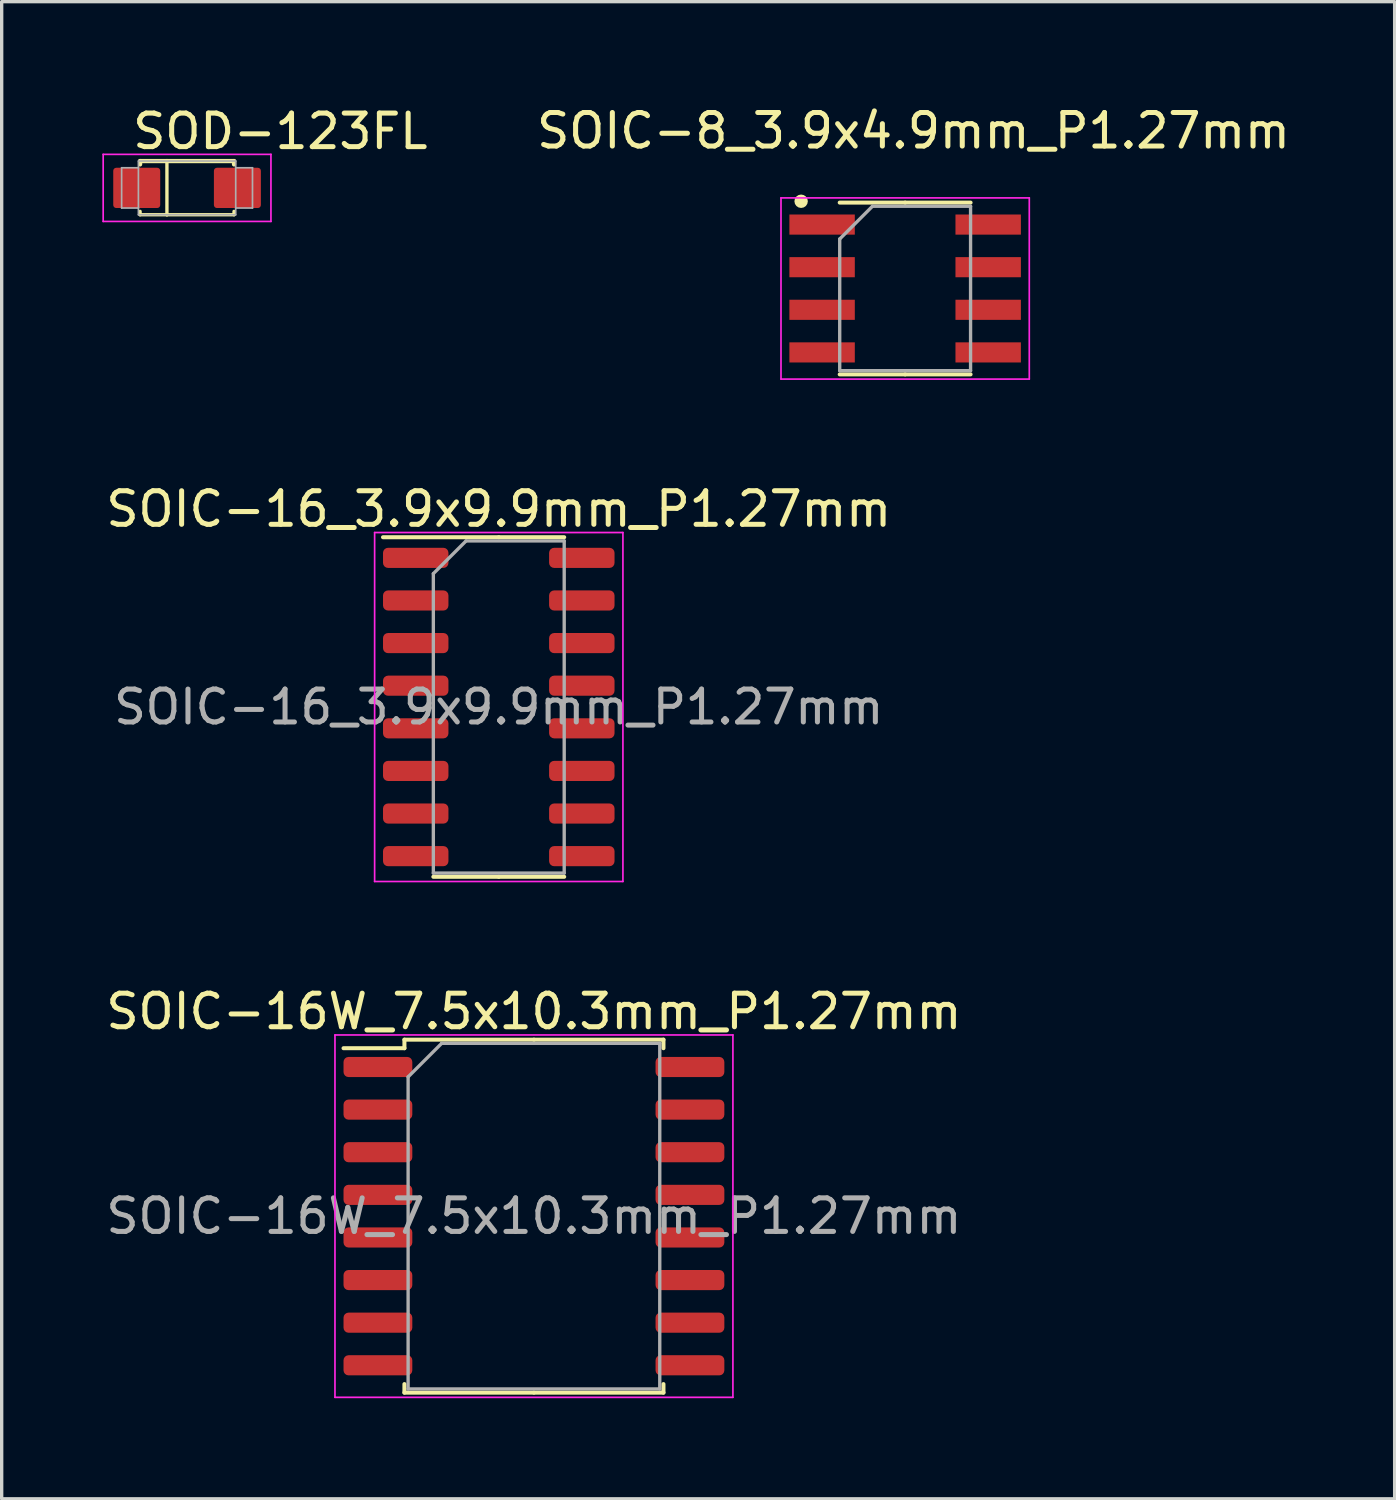
<source format=kicad_pcb>
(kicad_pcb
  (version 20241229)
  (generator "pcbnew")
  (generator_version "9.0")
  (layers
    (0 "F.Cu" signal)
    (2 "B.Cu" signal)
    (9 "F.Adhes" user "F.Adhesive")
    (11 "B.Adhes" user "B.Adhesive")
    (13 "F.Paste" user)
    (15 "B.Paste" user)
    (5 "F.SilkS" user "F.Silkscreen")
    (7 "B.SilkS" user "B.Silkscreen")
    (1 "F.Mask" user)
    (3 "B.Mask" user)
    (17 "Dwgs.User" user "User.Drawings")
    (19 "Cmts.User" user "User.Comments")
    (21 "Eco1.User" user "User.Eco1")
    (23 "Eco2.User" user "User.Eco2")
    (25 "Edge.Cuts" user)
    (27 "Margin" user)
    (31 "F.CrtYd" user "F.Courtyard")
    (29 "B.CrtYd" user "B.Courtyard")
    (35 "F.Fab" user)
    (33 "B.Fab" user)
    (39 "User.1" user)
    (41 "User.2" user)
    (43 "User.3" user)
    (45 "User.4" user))
  (footprint "SOIC-16W_7.5x10.3mm_P1.27mm"
    (layer "F.Cu")
    (at 12.863 33.195)
    (property "Reference" "SOIC-16W_7.5x10.3mm_P1.27mm" (at 0 -6.1 0) (layer "F.SilkS") (effects (font (size 1 1) (thickness 0.15))))
    (attr smd)
    (fp_line (start -3.86 -5.26) (end -3.86 -5.005) (stroke (width 0.12) (type solid)) (layer "F.SilkS"))
    (fp_line (start -3.86 -5.005) (end -5.675 -5.005) (stroke (width 0.12) (type solid)) (layer "F.SilkS"))
    (fp_line (start -3.86 5.26) (end -3.86 5.005) (stroke (width 0.12) (type solid)) (layer "F.SilkS"))
    (fp_line (start 0 -5.26) (end -3.86 -5.26) (stroke (width 0.12) (type solid)) (layer "F.SilkS"))
    (fp_line (start 0 -5.26) (end 3.86 -5.26) (stroke (width 0.12) (type solid)) (layer "F.SilkS"))
    (fp_line (start 0 5.26) (end -3.86 5.26) (stroke (width 0.12) (type solid)) (layer "F.SilkS"))
    (fp_line (start 0 5.26) (end 3.86 5.26) (stroke (width 0.12) (type solid)) (layer "F.SilkS"))
    (fp_line (start 3.86 -5.26) (end 3.86 -5.005) (stroke (width 0.12) (type solid)) (layer "F.SilkS"))
    (fp_line (start 3.86 5.26) (end 3.86 5.005) (stroke (width 0.12) (type solid)) (layer "F.SilkS"))
    (fp_line (start -5.93 -5.4) (end -5.93 5.4) (stroke (width 0.05) (type solid)) (layer "F.CrtYd"))
    (fp_line (start -5.93 5.4) (end 5.93 5.4) (stroke (width 0.05) (type solid)) (layer "F.CrtYd"))
    (fp_line (start 5.93 -5.4) (end -5.93 -5.4) (stroke (width 0.05) (type solid)) (layer "F.CrtYd"))
    (fp_line (start 5.93 5.4) (end 5.93 -5.4) (stroke (width 0.05) (type solid)) (layer "F.CrtYd"))
    (fp_line (start -3.75 -4.15) (end -2.75 -5.15) (stroke (width 0.1) (type solid)) (layer "F.Fab"))
    (fp_line (start -3.75 5.15) (end -3.75 -4.15) (stroke (width 0.1) (type solid)) (layer "F.Fab"))
    (fp_line (start -2.75 -5.15) (end 3.75 -5.15) (stroke (width 0.1) (type solid)) (layer "F.Fab"))
    (fp_line (start 3.75 -5.15) (end 3.75 5.15) (stroke (width 0.1) (type solid)) (layer "F.Fab"))
    (fp_line (start 3.75 5.15) (end -3.75 5.15) (stroke (width 0.1) (type solid)) (layer "F.Fab"))
    (fp_text user "${REFERENCE}" (at 0 0 0) (layer "F.Fab") (effects (font (size 1 1) (thickness 0.15))))
    (pad "1" smd roundrect (at -4.65 -4.445) (size 2.05 0.6) (layers "F.Cu" "F.Mask" "F.Paste") (roundrect_rratio 0.25))
    (pad "2" smd roundrect (at -4.65 -3.175) (size 2.05 0.6) (layers "F.Cu" "F.Mask" "F.Paste") (roundrect_rratio 0.25))
    (pad "3" smd roundrect (at -4.65 -1.905) (size 2.05 0.6) (layers "F.Cu" "F.Mask" "F.Paste") (roundrect_rratio 0.25))
    (pad "4" smd roundrect (at -4.65 -0.635) (size 2.05 0.6) (layers "F.Cu" "F.Mask" "F.Paste") (roundrect_rratio 0.25))
    (pad "5" smd roundrect (at -4.65 0.635) (size 2.05 0.6) (layers "F.Cu" "F.Mask" "F.Paste") (roundrect_rratio 0.25))
    (pad "6" smd roundrect (at -4.65 1.905) (size 2.05 0.6) (layers "F.Cu" "F.Mask" "F.Paste") (roundrect_rratio 0.25))
    (pad "7" smd roundrect (at -4.65 3.175) (size 2.05 0.6) (layers "F.Cu" "F.Mask" "F.Paste") (roundrect_rratio 0.25))
    (pad "8" smd roundrect (at -4.65 4.445) (size 2.05 0.6) (layers "F.Cu" "F.Mask" "F.Paste") (roundrect_rratio 0.25))
    (pad "9" smd roundrect (at 4.65 4.445) (size 2.05 0.6) (layers "F.Cu" "F.Mask" "F.Paste") (roundrect_rratio 0.25))
    (pad "10" smd roundrect (at 4.65 3.175) (size 2.05 0.6) (layers "F.Cu" "F.Mask" "F.Paste") (roundrect_rratio 0.25))
    (pad "11" smd roundrect (at 4.65 1.905) (size 2.05 0.6) (layers "F.Cu" "F.Mask" "F.Paste") (roundrect_rratio 0.25))
    (pad "12" smd roundrect (at 4.65 0.635) (size 2.05 0.6) (layers "F.Cu" "F.Mask" "F.Paste") (roundrect_rratio 0.25))
    (pad "13" smd roundrect (at 4.65 -0.635) (size 2.05 0.6) (layers "F.Cu" "F.Mask" "F.Paste") (roundrect_rratio 0.25))
    (pad "14" smd roundrect (at 4.65 -1.905) (size 2.05 0.6) (layers "F.Cu" "F.Mask" "F.Paste") (roundrect_rratio 0.25))
    (pad "15" smd roundrect (at 4.65 -3.175) (size 2.05 0.6) (layers "F.Cu" "F.Mask" "F.Paste") (roundrect_rratio 0.25))
    (pad "16" smd roundrect (at 4.65 -4.445) (size 2.05 0.6) (layers "F.Cu" "F.Mask" "F.Paste") (roundrect_rratio 0.25)))
  (footprint "SOIC-16_3.9x9.9mm_P1.27mm"
    (layer "F.Cu")
    (at 11.815 18.021)
    (property "Reference" "SOIC-16_3.9x9.9mm_P1.27mm" (at 0 -5.9 0) (layer "F.SilkS") (effects (font (size 1 1) (thickness 0.15))))
    (attr smd)
    (fp_line (start 0 -5.06) (end -3.45 -5.06) (stroke (width 0.12) (type solid)) (layer "F.SilkS"))
    (fp_line (start 0 -5.06) (end 1.95 -5.06) (stroke (width 0.12) (type solid)) (layer "F.SilkS"))
    (fp_line (start 0 5.06) (end -1.95 5.06) (stroke (width 0.12) (type solid)) (layer "F.SilkS"))
    (fp_line (start 0 5.06) (end 1.95 5.06) (stroke (width 0.12) (type solid)) (layer "F.SilkS"))
    (fp_line (start -3.7 -5.2) (end -3.7 5.2) (stroke (width 0.05) (type solid)) (layer "F.CrtYd"))
    (fp_line (start -3.7 5.2) (end 3.7 5.2) (stroke (width 0.05) (type solid)) (layer "F.CrtYd"))
    (fp_line (start 3.7 -5.2) (end -3.7 -5.2) (stroke (width 0.05) (type solid)) (layer "F.CrtYd"))
    (fp_line (start 3.7 5.2) (end 3.7 -5.2) (stroke (width 0.05) (type solid)) (layer "F.CrtYd"))
    (fp_line (start -1.95 -3.975) (end -0.975 -4.95) (stroke (width 0.1) (type solid)) (layer "F.Fab"))
    (fp_line (start -1.95 4.95) (end -1.95 -3.975) (stroke (width 0.1) (type solid)) (layer "F.Fab"))
    (fp_line (start -0.975 -4.95) (end 1.95 -4.95) (stroke (width 0.1) (type solid)) (layer "F.Fab"))
    (fp_line (start 1.95 -4.95) (end 1.95 4.95) (stroke (width 0.1) (type solid)) (layer "F.Fab"))
    (fp_line (start 1.95 4.95) (end -1.95 4.95) (stroke (width 0.1) (type solid)) (layer "F.Fab"))
    (fp_text user "${REFERENCE}" (at 0 0 0) (layer "F.Fab") (effects (font (size 0.98 0.98) (thickness 0.15))))
    (pad "1" smd roundrect (at -2.475 -4.445) (size 1.95 0.6) (layers "F.Cu" "F.Mask" "F.Paste") (roundrect_rratio 0.25))
    (pad "2" smd roundrect (at -2.475 -3.175) (size 1.95 0.6) (layers "F.Cu" "F.Mask" "F.Paste") (roundrect_rratio 0.25))
    (pad "3" smd roundrect (at -2.475 -1.905) (size 1.95 0.6) (layers "F.Cu" "F.Mask" "F.Paste") (roundrect_rratio 0.25))
    (pad "4" smd roundrect (at -2.475 -0.635) (size 1.95 0.6) (layers "F.Cu" "F.Mask" "F.Paste") (roundrect_rratio 0.25))
    (pad "5" smd roundrect (at -2.475 0.635) (size 1.95 0.6) (layers "F.Cu" "F.Mask" "F.Paste") (roundrect_rratio 0.25))
    (pad "6" smd roundrect (at -2.475 1.905) (size 1.95 0.6) (layers "F.Cu" "F.Mask" "F.Paste") (roundrect_rratio 0.25))
    (pad "7" smd roundrect (at -2.475 3.175) (size 1.95 0.6) (layers "F.Cu" "F.Mask" "F.Paste") (roundrect_rratio 0.25))
    (pad "8" smd roundrect (at -2.475 4.445) (size 1.95 0.6) (layers "F.Cu" "F.Mask" "F.Paste") (roundrect_rratio 0.25))
    (pad "9" smd roundrect (at 2.475 4.445) (size 1.95 0.6) (layers "F.Cu" "F.Mask" "F.Paste") (roundrect_rratio 0.25))
    (pad "10" smd roundrect (at 2.475 3.175) (size 1.95 0.6) (layers "F.Cu" "F.Mask" "F.Paste") (roundrect_rratio 0.25))
    (pad "11" smd roundrect (at 2.475 1.905) (size 1.95 0.6) (layers "F.Cu" "F.Mask" "F.Paste") (roundrect_rratio 0.25))
    (pad "12" smd roundrect (at 2.475 0.635) (size 1.95 0.6) (layers "F.Cu" "F.Mask" "F.Paste") (roundrect_rratio 0.25))
    (pad "13" smd roundrect (at 2.475 -0.635) (size 1.95 0.6) (layers "F.Cu" "F.Mask" "F.Paste") (roundrect_rratio 0.25))
    (pad "14" smd roundrect (at 2.475 -1.905) (size 1.95 0.6) (layers "F.Cu" "F.Mask" "F.Paste") (roundrect_rratio 0.25))
    (pad "15" smd roundrect (at 2.475 -3.175) (size 1.95 0.6) (layers "F.Cu" "F.Mask" "F.Paste") (roundrect_rratio 0.25))
    (pad "16" smd roundrect (at 2.475 -4.445) (size 1.95 0.6) (layers "F.Cu" "F.Mask" "F.Paste") (roundrect_rratio 0.25)))
  (footprint "SOD-123FL"
    (layer "F.Cu")
    (at 2.525 2.55)
    (property "Reference" "SOD-123FL" (at -1.7 -1.1 180) (layer "F.SilkS") (effects (font (size 1 1) (thickness 0.15)) (justify left bottom)))
    (attr through_hole)
    (fp_line (start -1.4 -0.8) (end -0.6 -0.8) (stroke (width 0.127) (type solid)) (layer "F.SilkS"))
    (fp_line (start -1.4 -0.7) (end -1.4 -0.8) (stroke (width 0.127) (type solid)) (layer "F.SilkS"))
    (fp_line (start -1.4 0.7) (end -1.4 0.8) (stroke (width 0.1) (type solid)) (layer "F.SilkS"))
    (fp_line (start -1.4 0.8) (end -0.6 0.8) (stroke (width 0.1) (type solid)) (layer "F.SilkS"))
    (fp_line (start -0.6 -0.8) (end -0.6 0.8) (stroke (width 0.1) (type solid)) (layer "F.SilkS"))
    (fp_line (start -0.6 -0.8) (end 1.4 -0.8) (stroke (width 0.127) (type solid)) (layer "F.SilkS"))
    (fp_line (start -0.6 0.8) (end 1.4 0.8) (stroke (width 0.1) (type solid)) (layer "F.SilkS"))
    (fp_line (start 1.4 -0.8) (end 1.4 -0.7) (stroke (width 0.127) (type solid)) (layer "F.SilkS"))
    (fp_line (start 1.4 0.8) (end 1.4 0.7) (stroke (width 0.1) (type solid)) (layer "F.SilkS"))
    (fp_line (start -2.5 -1) (end -2.5 1) (stroke (width 0.05) (type solid)) (layer "F.CrtYd"))
    (fp_line (start -2.5 1) (end 2.5 1) (stroke (width 0.05) (type solid)) (layer "F.CrtYd"))
    (fp_line (start 2.5 -1) (end -2.5 -1) (stroke (width 0.05) (type solid)) (layer "F.CrtYd"))
    (fp_line (start 2.5 1) (end 2.5 -1) (stroke (width 0.05) (type solid)) (layer "F.CrtYd"))
    (fp_line (start -1.95 -0.6) (end -1.95 0.6) (stroke (width 0.05) (type solid)) (layer "F.Fab"))
    (fp_line (start -1.95 -0.6) (end -1.45 -0.6) (stroke (width 0.05) (type solid)) (layer "F.Fab"))
    (fp_line (start -1.95 0.6) (end -1.45 0.6) (stroke (width 0.05) (type solid)) (layer "F.Fab"))
    (fp_line (start -1.45 -0.8) (end 1.45 -0.8) (stroke (width 0.05) (type solid)) (layer "F.Fab"))
    (fp_line (start -1.45 -0.6) (end -1.45 -0.8) (stroke (width 0.05) (type solid)) (layer "F.Fab"))
    (fp_line (start -1.45 0.6) (end -1.45 -0.6) (stroke (width 0.05) (type solid)) (layer "F.Fab"))
    (fp_line (start -1.45 0.8) (end -1.45 0.6) (stroke (width 0.05) (type solid)) (layer "F.Fab"))
    (fp_line (start 1.45 -0.8) (end 1.45 -0.6) (stroke (width 0.05) (type solid)) (layer "F.Fab"))
    (fp_line (start 1.45 -0.6) (end 1.45 0.6) (stroke (width 0.05) (type solid)) (layer "F.Fab"))
    (fp_line (start 1.45 -0.6) (end 1.95 -0.6) (stroke (width 0.05) (type solid)) (layer "F.Fab"))
    (fp_line (start 1.45 0.6) (end 1.45 0.8) (stroke (width 0.05) (type solid)) (layer "F.Fab"))
    (fp_line (start 1.45 0.8) (end -1.45 0.8) (stroke (width 0.05) (type solid)) (layer "F.Fab"))
    (fp_line (start 1.95 -0.6) (end 1.95 0.6) (stroke (width 0.05) (type solid)) (layer "F.Fab"))
    (fp_line (start 1.95 0.6) (end 1.45 0.6) (stroke (width 0.05) (type solid)) (layer "F.Fab"))
    (pad "A" smd roundrect (at 1.5 0) (size 1.4 1.2) (layers "F.Cu" "F.Mask" "F.Paste") (roundrect_rratio 0.075))
    (pad "K" smd roundrect (at -1.5 0) (size 1.4 1.2) (layers "F.Cu" "F.Mask" "F.Paste") (roundrect_rratio 0.075)))
  (footprint "SOIC-8_3.9x4.9mm_P1.27mm"
    (layer "F.Cu")
    (at 23.926 5.498)
    (property "Reference" "SOIC-8_3.9x4.9mm_P1.27mm" (at 0.25 -4.65 180) (layer "F.SilkS") (effects (font (size 1 1) (thickness 0.15))))
    (attr smd)
    (fp_line (start 0 -2.51) (end -1.95 -2.51) (stroke (width 0.12) (type solid)) (layer "F.SilkS"))
    (fp_line (start 0 -2.51) (end 1.95 -2.51) (stroke (width 0.12) (type solid)) (layer "F.SilkS"))
    (fp_line (start 0 2.61) (end -1.95 2.61) (stroke (width 0.12) (type solid)) (layer "F.SilkS"))
    (fp_line (start 0 2.61) (end 1.95 2.61) (stroke (width 0.12) (type solid)) (layer "F.SilkS"))
    (fp_circle (center -3.1 -2.55) (end -3 -2.55) (stroke (width 0.2) (type solid)) (fill no) (layer "F.SilkS"))
    (fp_line (start -3.7 -2.65) (end -3.7 2.75) (stroke (width 0.05) (type solid)) (layer "F.CrtYd"))
    (fp_line (start -3.7 2.75) (end 3.7 2.75) (stroke (width 0.05) (type solid)) (layer "F.CrtYd"))
    (fp_line (start 3.7 -2.65) (end -3.7 -2.65) (stroke (width 0.05) (type solid)) (layer "F.CrtYd"))
    (fp_line (start 3.7 2.75) (end 3.7 -2.65) (stroke (width 0.05) (type solid)) (layer "F.CrtYd"))
    (fp_line (start -1.95 -1.425) (end -0.975 -2.4) (stroke (width 0.1) (type solid)) (layer "F.Fab"))
    (fp_line (start -1.95 2.5) (end -1.95 -1.425) (stroke (width 0.1) (type solid)) (layer "F.Fab"))
    (fp_line (start -0.975 -2.4) (end 1.95 -2.4) (stroke (width 0.1) (type solid)) (layer "F.Fab"))
    (fp_line (start 1.95 -2.4) (end 1.95 2.5) (stroke (width 0.1) (type solid)) (layer "F.Fab"))
    (fp_line (start 1.95 2.5) (end -1.95 2.5) (stroke (width 0.1) (type solid)) (layer "F.Fab"))
    (pad "1" smd rect (at -2.475 -1.855) (size 1.95 0.6) (layers "F.Cu" "F.Mask" "F.Paste"))
    (pad "2" smd rect (at -2.475 -0.585) (size 1.95 0.6) (layers "F.Cu" "F.Mask" "F.Paste"))
    (pad "3" smd rect (at -2.475 0.685) (size 1.95 0.6) (layers "F.Cu" "F.Mask" "F.Paste"))
    (pad "4" smd rect (at -2.475 1.955) (size 1.95 0.6) (layers "F.Cu" "F.Mask" "F.Paste"))
    (pad "5" smd rect (at 2.475 1.955) (size 1.95 0.6) (layers "F.Cu" "F.Mask" "F.Paste"))
    (pad "6" smd rect (at 2.475 0.685) (size 1.95 0.6) (layers "F.Cu" "F.Mask" "F.Paste"))
    (pad "7" smd rect (at 2.475 -0.585) (size 1.95 0.6) (layers "F.Cu" "F.Mask" "F.Paste"))
    (pad "8" smd rect (at 2.475 -1.855) (size 1.95 0.6) (layers "F.Cu" "F.Mask" "F.Paste")))
  (gr_rect
    (start -3 -3)
    (end 38.515 41.62)
    (stroke (width 0.1) (type default))
    (fill no)
    (layer "Edge.Cuts")))
</source>
